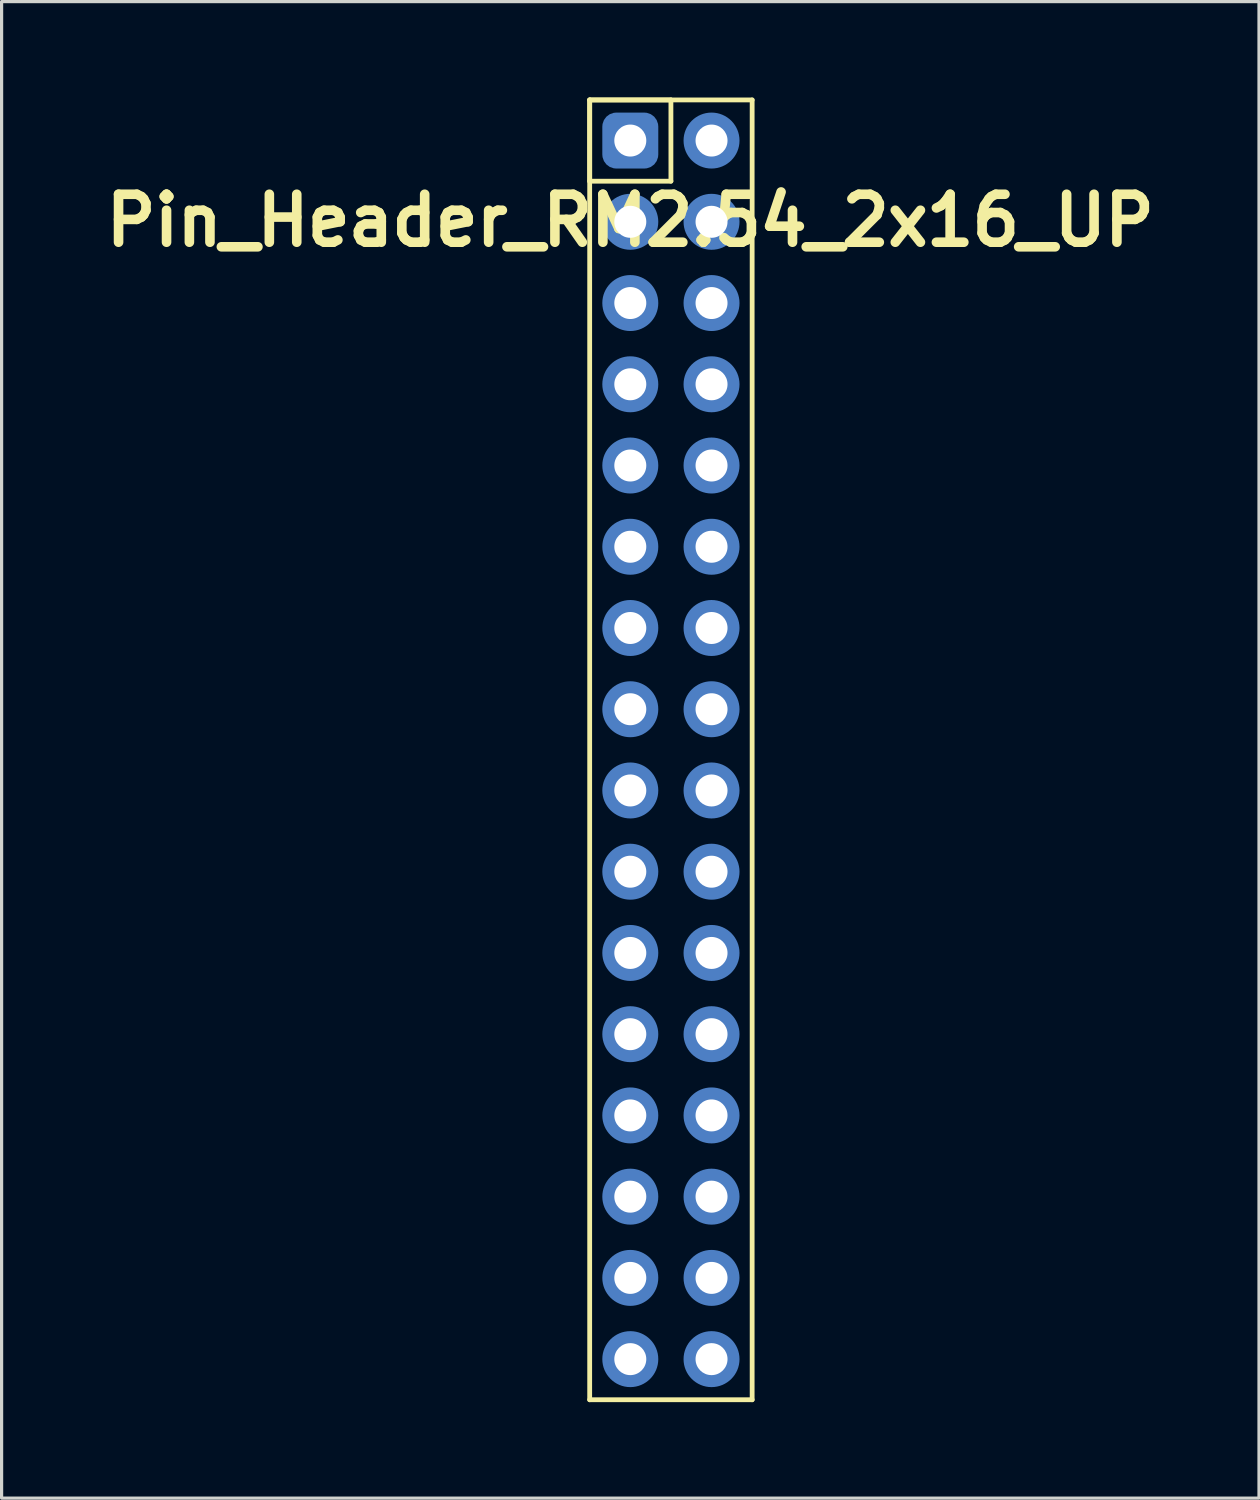
<source format=kicad_pcb>
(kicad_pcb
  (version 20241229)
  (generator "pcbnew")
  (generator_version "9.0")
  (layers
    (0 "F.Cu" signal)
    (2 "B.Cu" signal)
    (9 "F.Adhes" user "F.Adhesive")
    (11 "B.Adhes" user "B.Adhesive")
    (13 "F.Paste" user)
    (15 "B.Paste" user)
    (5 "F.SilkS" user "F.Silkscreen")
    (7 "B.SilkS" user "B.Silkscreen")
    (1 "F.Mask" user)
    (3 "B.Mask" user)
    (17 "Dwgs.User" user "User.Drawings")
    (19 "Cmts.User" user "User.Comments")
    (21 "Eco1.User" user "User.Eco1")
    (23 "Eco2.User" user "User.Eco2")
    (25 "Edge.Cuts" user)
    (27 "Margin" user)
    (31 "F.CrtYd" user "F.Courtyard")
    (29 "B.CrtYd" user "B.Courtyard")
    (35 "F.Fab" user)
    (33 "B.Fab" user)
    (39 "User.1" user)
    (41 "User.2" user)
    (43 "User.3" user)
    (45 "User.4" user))
  (footprint "Pin_Header_RM2.54_2x16_UP"
    (layer "F.Cu")
    (at 16.657 1.345)
    (property "Reference" "Pin_Header_RM2.54_2x16_UP" (at 0 2.5 0) (layer "F.SilkS") (effects (font (size 1.5 1.5) (thickness 0.3))))
    (attr through_hole)
    (fp_line (start -1.27 -1.27) (end 1.27 -1.27) (stroke (width 0.15) (type solid)) (layer "F.SilkS"))
    (fp_line (start -1.27 -1.27) (end 3.81 -1.27) (stroke (width 0.15) (type solid)) (layer "F.SilkS"))
    (fp_line (start -1.27 1.27) (end -1.27 -1.27) (stroke (width 0.15) (type solid)) (layer "F.SilkS"))
    (fp_line (start -1.27 39.37) (end -1.27 -1.27) (stroke (width 0.15) (type solid)) (layer "F.SilkS"))
    (fp_line (start 1.27 -1.27) (end 1.27 1.27) (stroke (width 0.15) (type solid)) (layer "F.SilkS"))
    (fp_line (start 1.27 1.27) (end -1.27 1.27) (stroke (width 0.15) (type solid)) (layer "F.SilkS"))
    (fp_line (start 3.81 -1.27) (end 3.81 39.37) (stroke (width 0.15) (type solid)) (layer "F.SilkS"))
    (fp_line (start 3.81 39.37) (end -1.27 39.37) (stroke (width 0.15) (type solid)) (layer "F.SilkS"))
    (pad "1" thru_hole circle (at 0 0) (size 1.3 1.3) (drill 1) (layers "*.Cu" "*.Mask"))
    (pad "1" smd roundrect (at 0 0) (size 1.5 1.5) (layers "F.Cu" "F.Mask") (roundrect_rratio 0.25))
    (pad "1" smd roundrect (at 0 0) (size 1.75 1.75) (layers "B.Cu" "B.Mask") (roundrect_rratio 0.25))
    (pad "2" thru_hole circle (at 2.54 0) (size 1.3 1.3) (drill 1) (layers "*.Cu" "*.Mask"))
    (pad "2" smd circle (at 2.54 0) (size 1.5 1.5) (layers "F.Cu" "F.Mask"))
    (pad "2" smd circle (at 2.54 0) (size 1.75 1.75) (layers "B.Cu" "B.Mask"))
    (pad "3" thru_hole circle (at 0 2.54) (size 1.3 1.3) (drill 1) (layers "*.Cu" "*.Mask"))
    (pad "3" smd circle (at 0 2.54) (size 1.5 1.5) (layers "F.Cu" "F.Mask"))
    (pad "3" smd circle (at 0 2.54) (size 1.75 1.75) (layers "B.Cu" "B.Mask"))
    (pad "4" thru_hole circle (at 2.54 2.54) (size 1.3 1.3) (drill 1) (layers "*.Cu" "*.Mask"))
    (pad "4" smd circle (at 2.54 2.54) (size 1.5 1.5) (layers "F.Cu" "F.Mask"))
    (pad "4" smd circle (at 2.54 2.54) (size 1.75 1.75) (layers "B.Cu" "B.Mask"))
    (pad "5" thru_hole circle (at 0 5.08) (size 1.3 1.3) (drill 1) (layers "*.Cu" "*.Mask"))
    (pad "5" smd circle (at 0 5.08) (size 1.5 1.5) (layers "F.Cu" "F.Mask"))
    (pad "5" smd circle (at 0 5.08) (size 1.75 1.75) (layers "B.Cu" "B.Mask"))
    (pad "6" thru_hole circle (at 2.54 5.08) (size 1.3 1.3) (drill 1) (layers "*.Cu" "*.Mask"))
    (pad "6" smd circle (at 2.54 5.08) (size 1.5 1.5) (layers "F.Cu" "F.Mask"))
    (pad "6" smd circle (at 2.54 5.08) (size 1.75 1.75) (layers "B.Cu" "B.Mask"))
    (pad "7" thru_hole circle (at 0 7.62) (size 1.3 1.3) (drill 1) (layers "*.Cu" "*.Mask"))
    (pad "7" smd circle (at 0 7.62) (size 1.5 1.5) (layers "F.Cu" "F.Mask"))
    (pad "7" smd circle (at 0 7.62) (size 1.75 1.75) (layers "B.Cu" "B.Mask"))
    (pad "8" thru_hole circle (at 2.54 7.62) (size 1.3 1.3) (drill 1) (layers "*.Cu" "*.Mask"))
    (pad "8" smd circle (at 2.54 7.62) (size 1.5 1.5) (layers "F.Cu" "F.Mask"))
    (pad "8" smd circle (at 2.54 7.62) (size 1.75 1.75) (layers "B.Cu" "B.Mask"))
    (pad "9" thru_hole circle (at 0 10.16) (size 1.3 1.3) (drill 1) (layers "*.Cu" "*.Mask"))
    (pad "9" smd circle (at 0 10.16) (size 1.5 1.5) (layers "F.Cu" "F.Mask"))
    (pad "9" smd circle (at 0 10.16) (size 1.75 1.75) (layers "B.Cu" "B.Mask"))
    (pad "10" thru_hole circle (at 2.54 10.16) (size 1.3 1.3) (drill 1) (layers "*.Cu" "*.Mask"))
    (pad "10" smd circle (at 2.54 10.16) (size 1.5 1.5) (layers "F.Cu" "F.Mask"))
    (pad "10" smd circle (at 2.54 10.16) (size 1.75 1.75) (layers "B.Cu" "B.Mask"))
    (pad "11" thru_hole circle (at 0 12.7) (size 1.3 1.3) (drill 1) (layers "*.Cu" "*.Mask"))
    (pad "11" smd circle (at 0 12.7) (size 1.5 1.5) (layers "F.Cu" "F.Mask"))
    (pad "11" smd circle (at 0 12.7) (size 1.75 1.75) (layers "B.Cu" "B.Mask"))
    (pad "12" thru_hole circle (at 2.54 12.7) (size 1.3 1.3) (drill 1) (layers "*.Cu" "*.Mask"))
    (pad "12" smd circle (at 2.54 12.7) (size 1.5 1.5) (layers "F.Cu" "F.Mask"))
    (pad "12" smd circle (at 2.54 12.7) (size 1.75 1.75) (layers "B.Cu" "B.Mask"))
    (pad "13" thru_hole circle (at 0 15.24) (size 1.3 1.3) (drill 1) (layers "*.Cu" "*.Mask"))
    (pad "13" smd circle (at 0 15.24) (size 1.5 1.5) (layers "F.Cu" "F.Mask"))
    (pad "13" smd circle (at 0 15.24) (size 1.75 1.75) (layers "B.Cu" "B.Mask"))
    (pad "14" thru_hole circle (at 2.54 15.24) (size 1.3 1.3) (drill 1) (layers "*.Cu" "*.Mask"))
    (pad "14" smd circle (at 2.54 15.24) (size 1.5 1.5) (layers "F.Cu" "F.Mask"))
    (pad "14" smd circle (at 2.54 15.24) (size 1.75 1.75) (layers "B.Cu" "B.Mask"))
    (pad "15" thru_hole circle (at 0 17.78) (size 1.3 1.3) (drill 1) (layers "*.Cu" "*.Mask"))
    (pad "15" smd circle (at 0 17.78) (size 1.5 1.5) (layers "F.Cu" "F.Mask"))
    (pad "15" smd circle (at 0 17.78) (size 1.75 1.75) (layers "B.Cu" "B.Mask"))
    (pad "16" thru_hole circle (at 2.54 17.78) (size 1.3 1.3) (drill 1) (layers "*.Cu" "*.Mask"))
    (pad "16" smd circle (at 2.54 17.78) (size 1.5 1.5) (layers "F.Cu" "F.Mask"))
    (pad "16" smd circle (at 2.54 17.78) (size 1.75 1.75) (layers "B.Cu" "B.Mask"))
    (pad "17" thru_hole circle (at 0 20.32) (size 1.3 1.3) (drill 1) (layers "*.Cu" "*.Mask"))
    (pad "17" smd circle (at 0 20.32) (size 1.5 1.5) (layers "F.Cu" "F.Mask"))
    (pad "17" smd circle (at 0 20.32) (size 1.75 1.75) (layers "B.Cu" "B.Mask"))
    (pad "18" thru_hole circle (at 2.54 20.32) (size 1.3 1.3) (drill 1) (layers "*.Cu" "*.Mask"))
    (pad "18" smd circle (at 2.54 20.32) (size 1.5 1.5) (layers "F.Cu" "F.Mask"))
    (pad "18" smd circle (at 2.54 20.32) (size 1.75 1.75) (layers "B.Cu" "B.Mask"))
    (pad "19" thru_hole circle (at 0 22.86) (size 1.3 1.3) (drill 1) (layers "*.Cu" "*.Mask"))
    (pad "19" smd circle (at 0 22.86) (size 1.5 1.5) (layers "F.Cu" "F.Mask"))
    (pad "19" smd circle (at 0 22.86) (size 1.75 1.75) (layers "B.Cu" "B.Mask"))
    (pad "20" thru_hole circle (at 2.54 22.86) (size 1.3 1.3) (drill 1) (layers "*.Cu" "*.Mask"))
    (pad "20" smd circle (at 2.54 22.86) (size 1.5 1.5) (layers "F.Cu" "F.Mask"))
    (pad "20" smd circle (at 2.54 22.86) (size 1.75 1.75) (layers "B.Cu" "B.Mask"))
    (pad "21" thru_hole circle (at 0 25.4) (size 1.3 1.3) (drill 1) (layers "*.Cu" "*.Mask"))
    (pad "21" smd circle (at 0 25.4) (size 1.5 1.5) (layers "F.Cu" "F.Mask"))
    (pad "21" smd circle (at 0 25.4) (size 1.75 1.75) (layers "B.Cu" "B.Mask"))
    (pad "22" thru_hole circle (at 2.54 25.4) (size 1.3 1.3) (drill 1) (layers "*.Cu" "*.Mask"))
    (pad "22" smd circle (at 2.54 25.4) (size 1.5 1.5) (layers "F.Cu" "F.Mask"))
    (pad "22" smd circle (at 2.54 25.4) (size 1.75 1.75) (layers "B.Cu" "B.Mask"))
    (pad "23" thru_hole circle (at 0 27.94) (size 1.3 1.3) (drill 1) (layers "*.Cu" "*.Mask"))
    (pad "23" smd circle (at 0 27.94) (size 1.5 1.5) (layers "F.Cu" "F.Mask"))
    (pad "23" smd circle (at 0 27.94) (size 1.75 1.75) (layers "B.Cu" "B.Mask"))
    (pad "24" thru_hole circle (at 2.54 27.94) (size 1.3 1.3) (drill 1) (layers "*.Cu" "*.Mask"))
    (pad "24" smd circle (at 2.54 27.94) (size 1.5 1.5) (layers "F.Cu" "F.Mask"))
    (pad "24" smd circle (at 2.54 27.94) (size 1.75 1.75) (layers "B.Cu" "B.Mask"))
    (pad "25" thru_hole circle (at 0 30.48) (size 1.3 1.3) (drill 1) (layers "*.Cu" "*.Mask"))
    (pad "25" smd circle (at 0 30.48) (size 1.5 1.5) (layers "F.Cu" "F.Mask"))
    (pad "25" smd circle (at 0 30.48) (size 1.75 1.75) (layers "B.Cu" "B.Mask"))
    (pad "26" thru_hole circle (at 2.54 30.48) (size 1.3 1.3) (drill 1) (layers "*.Cu" "*.Mask"))
    (pad "26" smd circle (at 2.54 30.48) (size 1.5 1.5) (layers "F.Cu" "F.Mask"))
    (pad "26" smd circle (at 2.54 30.48) (size 1.75 1.75) (layers "B.Cu" "B.Mask"))
    (pad "27" thru_hole circle (at 0 33.02) (size 1.3 1.3) (drill 1) (layers "*.Cu" "*.Mask"))
    (pad "27" smd circle (at 0 33.02) (size 1.5 1.5) (layers "F.Cu" "F.Mask"))
    (pad "27" smd circle (at 0 33.02) (size 1.75 1.75) (layers "B.Cu" "B.Mask"))
    (pad "28" thru_hole circle (at 2.54 33.02) (size 1.3 1.3) (drill 1) (layers "*.Cu" "*.Mask"))
    (pad "28" smd circle (at 2.54 33.02) (size 1.5 1.5) (layers "F.Cu" "F.Mask"))
    (pad "28" smd circle (at 2.54 33.02) (size 1.75 1.75) (layers "B.Cu" "B.Mask"))
    (pad "29" thru_hole circle (at 0 35.56) (size 1.3 1.3) (drill 1) (layers "*.Cu" "*.Mask"))
    (pad "29" smd circle (at 0 35.56) (size 1.5 1.5) (layers "F.Cu" "F.Mask"))
    (pad "29" smd circle (at 0 35.56) (size 1.75 1.75) (layers "B.Cu" "B.Mask"))
    (pad "30" thru_hole circle (at 2.54 35.56) (size 1.3 1.3) (drill 1) (layers "*.Cu" "*.Mask"))
    (pad "30" smd circle (at 2.54 35.56) (size 1.5 1.5) (layers "F.Cu" "F.Mask"))
    (pad "30" smd circle (at 2.54 35.56) (size 1.75 1.75) (layers "B.Cu" "B.Mask"))
    (pad "31" thru_hole circle (at 0 38.1) (size 1.3 1.3) (drill 1) (layers "*.Cu" "*.Mask"))
    (pad "31" smd circle (at 0 38.1) (size 1.5 1.5) (layers "F.Cu" "F.Mask"))
    (pad "31" smd circle (at 0 38.1) (size 1.75 1.75) (layers "B.Cu" "B.Mask"))
    (pad "32" thru_hole circle (at 2.54 38.1) (size 1.3 1.3) (drill 1) (layers "*.Cu" "*.Mask"))
    (pad "32" smd circle (at 2.54 38.1) (size 1.5 1.5) (layers "F.Cu" "F.Mask"))
    (pad "32" smd circle (at 2.54 38.1) (size 1.75 1.75) (layers "B.Cu" "B.Mask")))
  (gr_rect
    (start -3 -3)
    (end 36.314 43.79)
    (stroke (width 0.1) (type default))
    (fill no)
    (layer "Edge.Cuts")))
</source>
